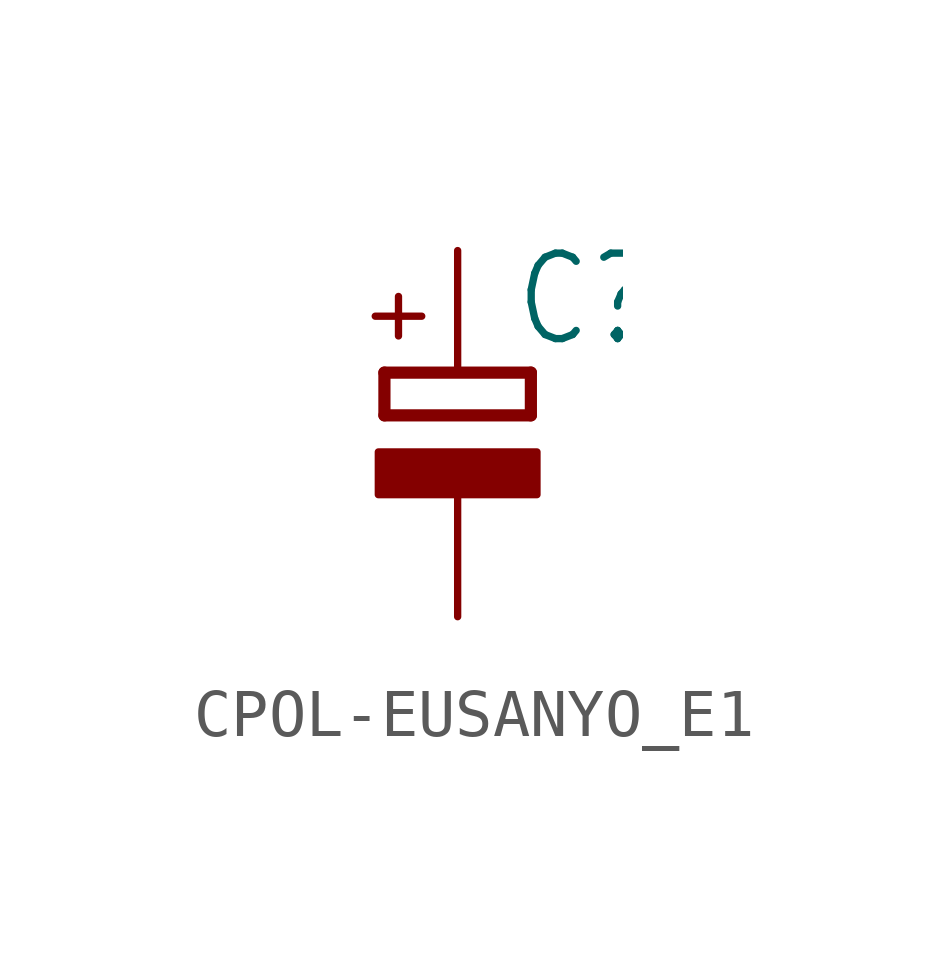
<source format=kicad_sym>
(kicad_symbol_lib
  (version 20231120)
  (generator "kicad_symbol_editor")
  (generator_version "8.0")
  (symbol "CPOL-EUSANYO_E1"
    (property "Reference" "C"
      (at 1.143 0.483 0)
      (effects (font (size 1.778 1.511)) (justify left bottom)))
    (property "Value" ""
      (at 1.143 -4.597 0)
      (effects (font (size 1.778 1.511)) (justify left bottom)))
    (property "ki_locked" ""
      (at 0 0 0)
      (effects (font (size 1.27 1.27))))
    (symbol "CPOL-EUSANYO_E1_1_0"
      (rectangle (start -1.651 -2.54) (end 1.651 -1.651) (stroke (width 0) (type default)) (fill (type outline)))
      (polyline (pts (xy -1.524 -0.889) (xy 1.524 -0.889)) (stroke (width 0.254) (type solid)) (fill (type none)))
      (polyline (pts (xy -1.524 0) (xy -1.524 -0.889)) (stroke (width 0.254) (type solid)) (fill (type none)))
      (polyline (pts (xy -1.524 0) (xy 1.524 0)) (stroke (width 0.254) (type solid)) (fill (type none)))
      (polyline (pts (xy 1.524 -0.889) (xy 1.524 0)) (stroke (width 0.254) (type solid)) (fill (type none)))
      (text "+" (at -0.584 0.406 900) (effects (font (size 1.27 1.079)) (justify left bottom)))
      (pin passive line (at 0 2.54 270) (length 2.54) (name "+" (effects (font (size 0 0)))) (number "+" (effects (font (size 0 0)))))
      (pin passive line (at 0 -5.08 90) (length 2.54) (name "-" (effects (font (size 0 0)))) (number "-" (effects (font (size 0 0))))))))
</source>
